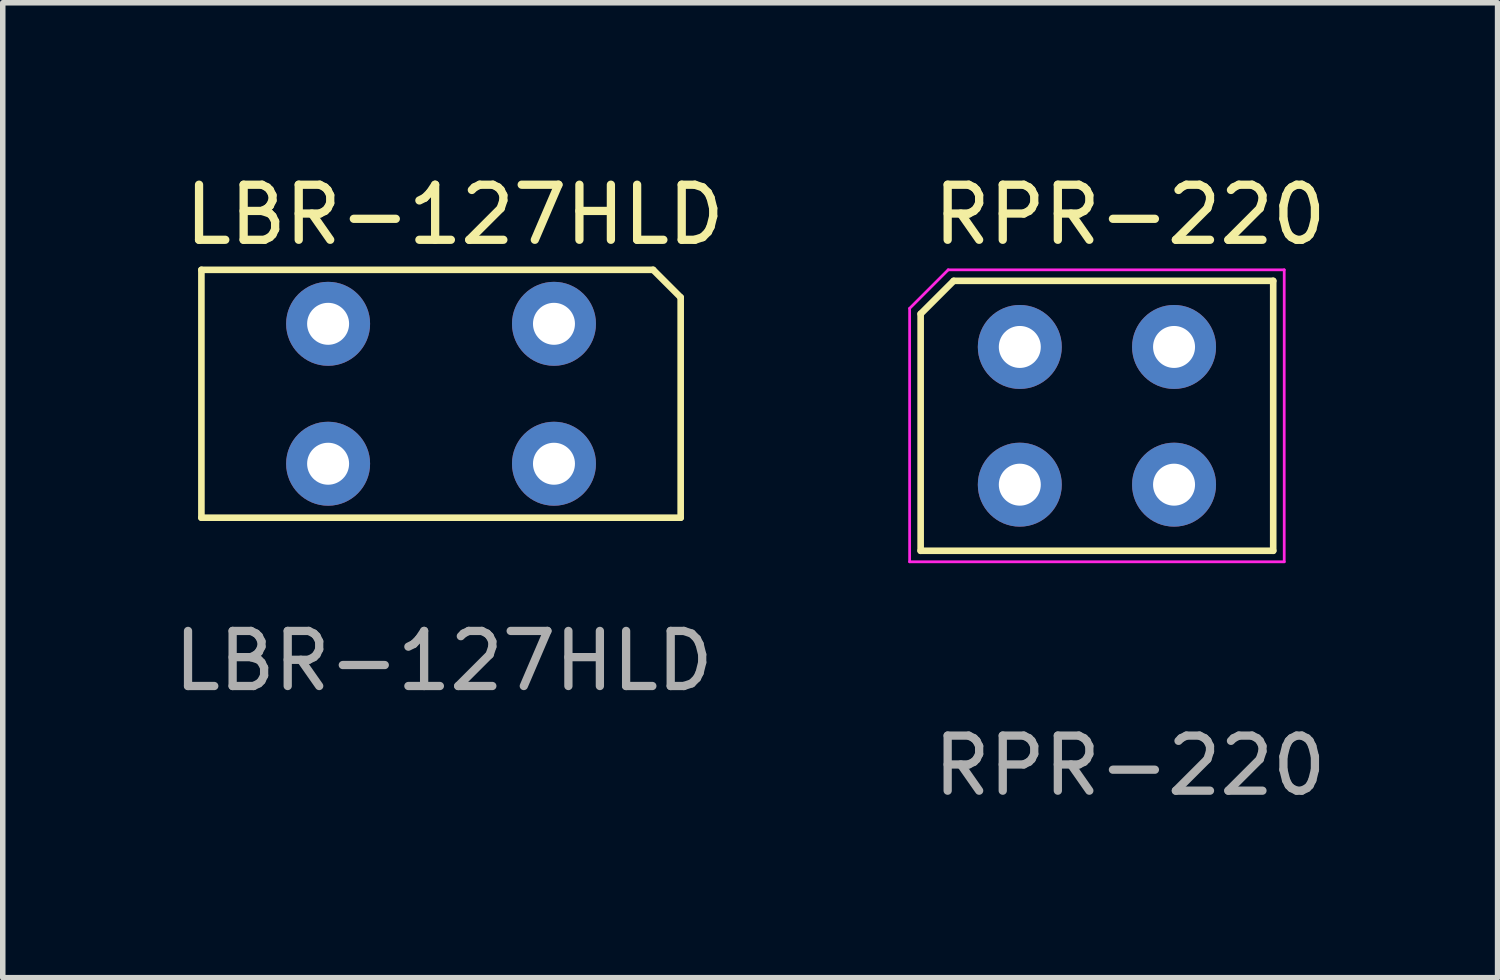
<source format=kicad_pcb>
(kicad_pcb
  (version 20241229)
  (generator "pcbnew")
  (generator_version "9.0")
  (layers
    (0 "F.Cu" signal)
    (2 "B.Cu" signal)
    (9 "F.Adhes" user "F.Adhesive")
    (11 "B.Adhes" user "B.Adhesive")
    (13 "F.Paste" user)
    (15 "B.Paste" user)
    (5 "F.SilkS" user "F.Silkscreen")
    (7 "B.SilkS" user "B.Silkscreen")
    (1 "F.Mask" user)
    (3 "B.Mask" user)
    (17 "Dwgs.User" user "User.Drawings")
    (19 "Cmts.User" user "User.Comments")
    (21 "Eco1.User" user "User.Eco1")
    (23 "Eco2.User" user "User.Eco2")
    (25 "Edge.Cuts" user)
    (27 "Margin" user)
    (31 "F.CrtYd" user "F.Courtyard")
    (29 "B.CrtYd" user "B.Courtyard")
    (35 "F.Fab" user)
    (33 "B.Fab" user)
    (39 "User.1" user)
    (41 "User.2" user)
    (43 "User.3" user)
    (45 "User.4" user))
  (footprint "LBR-127HLD"
    (layer "F.Cu")
    (at 0.606 1.848)
    (property "Reference" "LBR-127HLD" (at 4.6 -1 0) (unlocked yes) (layer "F.SilkS") (effects (font (size 1 1) (thickness 0.15))))
    (attr through_hole)
    (fp_line (start 0 0) (end 0 4.5) (stroke (width 0.12) (type default)) (layer "F.SilkS"))
    (fp_line (start 0 4.5) (end 8.7 4.5) (stroke (width 0.12) (type default)) (layer "F.SilkS"))
    (fp_line (start 8.2 0) (end 0 0) (stroke (width 0.12) (type default)) (layer "F.SilkS"))
    (fp_line (start 8.7 0.5) (end 8.2 0) (stroke (width 0.12) (type default)) (layer "F.SilkS"))
    (fp_line (start 8.7 4.5) (end 8.7 0.5) (stroke (width 0.12) (type default)) (layer "F.SilkS"))
    (fp_text user "${REFERENCE}" (at 4.4 7.1 0) (unlocked yes) (layer "F.Fab") (effects (font (size 1 1) (thickness 0.15))))
    (pad "1" thru_hole circle (at 6.4 0.98) (size 1.524 1.524) (drill 0.762) (layers "*.Cu" "*.Mask"))
    (pad "2" thru_hole circle (at 6.4 3.52) (size 1.524 1.524) (drill 0.762) (layers "*.Cu" "*.Mask"))
    (pad "3" thru_hole circle (at 2.3 0.98) (size 1.524 1.524) (drill 0.762) (layers "*.Cu" "*.Mask"))
    (pad "4" thru_hole circle (at 2.3 3.52) (size 1.524 1.524) (drill 0.762) (layers "*.Cu" "*.Mask")))
  (footprint "RPR-220"
    (layer "F.Cu")
    (at 13.462 1.848)
    (property "Reference" "RPR-220" (at 4 -1 0) (unlocked yes) (layer "F.SilkS") (effects (font (size 1 1) (thickness 0.15))))
    (attr through_hole)
    (fp_line (start 0.2 0.8) (end 0.2 5.1) (stroke (width 0.12) (type default)) (layer "F.SilkS"))
    (fp_line (start 0.2 5.1) (end 6.6 5.1) (stroke (width 0.12) (type default)) (layer "F.SilkS"))
    (fp_line (start 0.8 0.2) (end 0.2 0.8) (stroke (width 0.12) (type default)) (layer "F.SilkS"))
    (fp_line (start 6.6 0.2) (end 0.8 0.2) (stroke (width 0.12) (type default)) (layer "F.SilkS"))
    (fp_line (start 6.6 5.1) (end 6.6 0.2) (stroke (width 0.12) (type default)) (layer "F.SilkS"))
    (fp_line (start 0 0.7) (end 0 5.3) (stroke (width 0.05) (type default)) (layer "F.CrtYd"))
    (fp_line (start 0 5.3) (end 6.8 5.3) (stroke (width 0.05) (type default)) (layer "F.CrtYd"))
    (fp_line (start 0.7 0) (end 0 0.7) (stroke (width 0.05) (type default)) (layer "F.CrtYd"))
    (fp_line (start 6.8 0) (end 0.7 0) (stroke (width 0.05) (type default)) (layer "F.CrtYd"))
    (fp_line (start 6.8 5.3) (end 6.8 0) (stroke (width 0.05) (type default)) (layer "F.CrtYd"))
    (fp_text user "${REFERENCE}" (at 4 9 0) (unlocked yes) (layer "F.Fab") (effects (font (size 1 1) (thickness 0.15))))
    (pad "1" thru_hole circle (at 4.8 1.4 180) (size 1.524 1.524) (drill 0.762) (layers "*.Cu" "*.Mask"))
    (pad "2" thru_hole circle (at 4.8 3.9 180) (size 1.524 1.524) (drill 0.762) (layers "*.Cu" "*.Mask"))
    (pad "3" thru_hole circle (at 2 3.9 180) (size 1.524 1.524) (drill 0.762) (layers "*.Cu" "*.Mask"))
    (pad "4" thru_hole circle (at 2 1.4 180) (size 1.524 1.524) (drill 0.762) (layers "*.Cu" "*.Mask")))
  (gr_rect
    (start -3 -3)
    (end 24.135 14.697)
    (stroke (width 0.1) (type default))
    (fill no)
    (layer "Edge.Cuts")))
</source>
